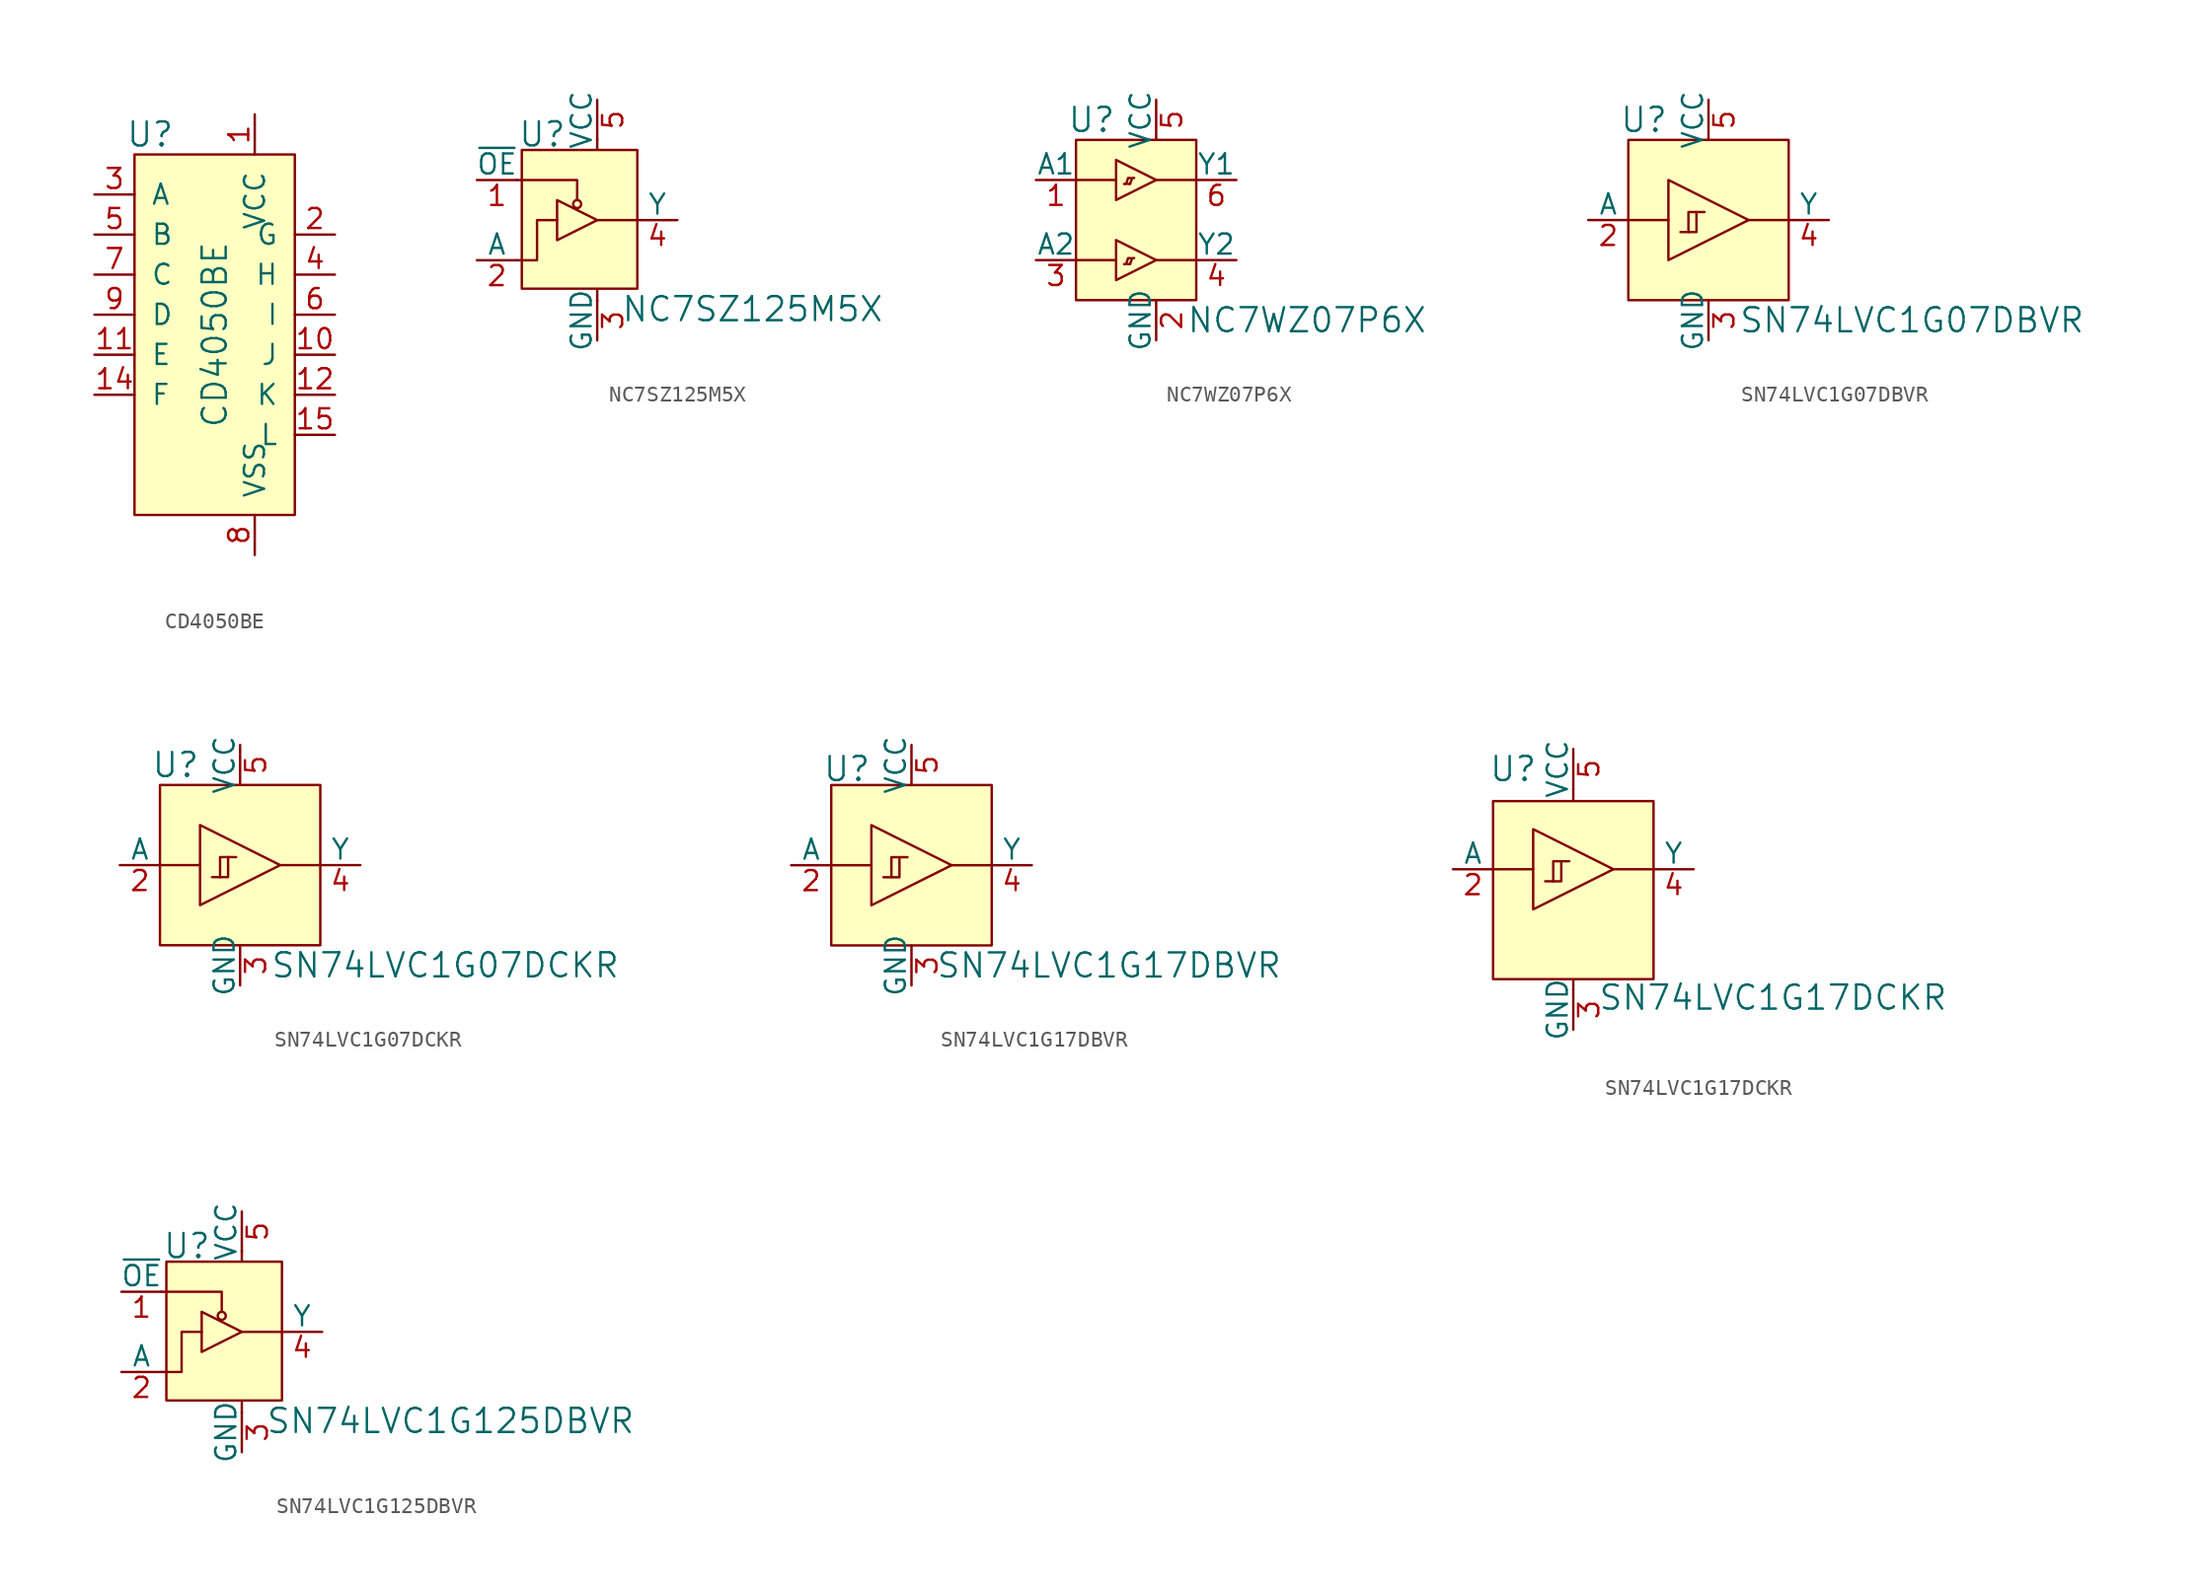
<source format=kicad_sym>
(kicad_symbol_lib
  (version 20220914)
  (generator kicad_symbol_editor)
  (symbol "CD4050BE"
    (pin_names
      (offset 1.016))
    (property "Reference" "U"
      (at -5.08 6.35 0)
      (effects (font (size 1.524 1.524)) (justify right)))
    (property "Value" "CD4050BE"
      (at -2.54 -6.35 90)
      (effects (font (size 1.524 1.524))))
    (symbol "CD4050BE_0_1"
      (rectangle (start -7.62 5.08) (end 2.54 -17.78) (stroke (width 0) (type solid)) (fill (type background))))
    (symbol "CD4050BE_1_1"
      (pin power_in line (at 0 7.62 270) (length 2.54) (name "VCC" (effects (font (size 1.27 1.27)))) (number "1" (effects (font (size 1.27 1.27)))))
      (pin output line (at 5.08 -7.62 180) (length 2.54) (name "J" (effects (font (size 1.27 1.27)))) (number "10" (effects (font (size 1.27 1.27)))))
      (pin input line (at -10.16 -7.62 0) (length 2.54) (name "E" (effects (font (size 1.27 1.27)))) (number "11" (effects (font (size 1.27 1.27)))))
      (pin output line (at 5.08 -10.16 180) (length 2.54) (name "K" (effects (font (size 1.27 1.27)))) (number "12" (effects (font (size 1.27 1.27)))))
      (pin no_connect line (at -10.16 -12.7 0) (length 2.54) hide (name "NC" (effects (font (size 1.27 1.27)))) (number "13" (effects (font (size 1.27 1.27)))))
      (pin input line (at -10.16 -10.16 0) (length 2.54) (name "F" (effects (font (size 1.27 1.27)))) (number "14" (effects (font (size 1.27 1.27)))))
      (pin output line (at 5.08 -12.7 180) (length 2.54) (name "L" (effects (font (size 1.27 1.27)))) (number "15" (effects (font (size 1.27 1.27)))))
      (pin no_connect line (at -10.16 -15.24 0) (length 2.54) hide (name "NC" (effects (font (size 1.27 1.27)))) (number "16" (effects (font (size 1.27 1.27)))))
      (pin output line (at 5.08 0 180) (length 2.54) (name "G" (effects (font (size 1.27 1.27)))) (number "2" (effects (font (size 1.27 1.27)))))
      (pin input line (at -10.16 2.54 0) (length 2.54) (name "A" (effects (font (size 1.27 1.27)))) (number "3" (effects (font (size 1.27 1.27)))))
      (pin output line (at 5.08 -2.54 180) (length 2.54) (name "H" (effects (font (size 1.27 1.27)))) (number "4" (effects (font (size 1.27 1.27)))))
      (pin input line (at -10.16 0 0) (length 2.54) (name "B" (effects (font (size 1.27 1.27)))) (number "5" (effects (font (size 1.27 1.27)))))
      (pin output line (at 5.08 -5.08 180) (length 2.54) (name "I" (effects (font (size 1.27 1.27)))) (number "6" (effects (font (size 1.27 1.27)))))
      (pin input line (at -10.16 -2.54 0) (length 2.54) (name "C" (effects (font (size 1.27 1.27)))) (number "7" (effects (font (size 1.27 1.27)))))
      (pin power_in line (at 0 -20.32 90) (length 2.54) (name "VSS" (effects (font (size 1.27 1.27)))) (number "8" (effects (font (size 1.27 1.27)))))
      (pin input line (at -10.16 -5.08 0) (length 2.54) (name "D" (effects (font (size 1.27 1.27)))) (number "9" (effects (font (size 1.27 1.27)))))))
  (symbol "NC7SZ125M5X"
    (pin_names
      (offset 0))
    (property "Reference" "U"
      (at -5.029 5.436 0)
      (effects (font (size 1.524 1.524)) (justify left)))
    (property "Value" "NC7SZ125M5X"
      (at 1.499 -5.639 0)
      (effects (font (size 1.524 1.524)) (justify left)))
    (symbol "NC7SZ125M5X_0_1"
      (rectangle (start -4.775 4.445) (end 2.54 -4.343) (stroke (width 0) (type solid)) (fill (type background)))
      (circle (center -1.27 1.016) (radius 0.254) (stroke (width 0) (type solid)) (fill (type none)))
      (polyline (pts (xy 0 -5.131) (xy 0 -4.369)) (stroke (width 0) (type solid)) (fill (type none)))
      (polyline (pts (xy 0 0) (xy 2.54 0)) (stroke (width 0) (type solid)) (fill (type none)))
      (polyline (pts (xy 0 5.156) (xy 0 4.47)) (stroke (width 0) (type solid)) (fill (type none)))
      (polyline (pts (xy -1.27 1.27) (xy -1.27 2.54) (xy -5.08 2.54)) (stroke (width 0) (type solid)) (fill (type none)))
      (polyline (pts (xy -5.08 -2.54) (xy -3.81 -2.54) (xy -3.81 0) (xy -2.54 0)) (stroke (width 0) (type solid)) (fill (type none)))
      (polyline (pts (xy -2.54 1.27) (xy -2.54 -1.27) (xy 0 0) (xy -2.54 1.27)) (stroke (width 0) (type solid)) (fill (type none))))
    (symbol "NC7SZ125M5X_1_1"
      (pin input line (at -7.62 2.54 0) (length 2.54) (name "~{OE}" (effects (font (size 1.27 1.27)))) (number "1" (effects (font (size 1.27 1.27)))))
      (pin input line (at -7.62 -2.54 0) (length 2.54) (name "A" (effects (font (size 1.27 1.27)))) (number "2" (effects (font (size 1.27 1.27)))))
      (pin power_in line (at 0 -7.62 90) (length 2.54) (name "GND" (effects (font (size 1.27 1.27)))) (number "3" (effects (font (size 1.27 1.27)))))
      (pin output line (at 5.08 0 180) (length 2.54) (name "Y" (effects (font (size 1.27 1.27)))) (number "4" (effects (font (size 1.27 1.27)))))
      (pin power_in line (at 0 7.62 270) (length 2.54) (name "VCC" (effects (font (size 1.27 1.27)))) (number "5" (effects (font (size 1.27 1.27)))))))
  (symbol "NC7WZ07P6X"
    (pin_names
      (offset 0))
    (property "Reference" "U"
      (at -2.54 3.81 0)
      (effects (font (size 1.524 1.524)) (justify right)))
    (property "Value" "NC7WZ07P6X"
      (at 1.905 -8.89 0)
      (effects (font (size 1.524 1.524)) (justify left)))
    (symbol "NC7WZ07P6X_0_1"
      (rectangle (start -5.08 2.54) (end 2.54 -7.62) (stroke (width 0) (type solid)) (fill (type background)))
      (polyline (pts (xy -5.08 -5.08) (xy -2.54 -5.08)) (stroke (width 0) (type solid)) (fill (type none)))
      (polyline (pts (xy -2.54 0) (xy -5.08 0)) (stroke (width 0) (type solid)) (fill (type none)))
      (polyline (pts (xy 0 -5.08) (xy 2.54 -5.08)) (stroke (width 0) (type solid)) (fill (type none)))
      (polyline (pts (xy 2.54 0) (xy 0 0)) (stroke (width 0) (type solid)) (fill (type none)))
      (polyline (pts (xy -2.54 -3.81) (xy -2.54 -6.35) (xy 0 -5.08) (xy -2.54 -3.81)) (stroke (width 0) (type solid)) (fill (type none)))
      (polyline (pts (xy -2.54 1.27) (xy -2.54 -1.27) (xy 0 0) (xy -2.54 1.27)) (stroke (width 0) (type solid)) (fill (type none)))
      (polyline (pts (xy -1.651 -4.953) (xy -1.778 -4.953) (xy -1.905 -5.334) (xy -2.032 -5.334)) (stroke (width 0) (type solid)) (fill (type none)))
      (polyline (pts (xy -1.651 0.127) (xy -1.778 0.127) (xy -1.905 -0.254) (xy -2.032 -0.254)) (stroke (width 0) (type solid)) (fill (type none)))
      (polyline (pts (xy -1.397 -4.953) (xy -1.524 -4.953) (xy -1.651 -5.334) (xy -1.778 -5.334)) (stroke (width 0) (type solid)) (fill (type none)))
      (polyline (pts (xy -1.397 0.127) (xy -1.524 0.127) (xy -1.651 -0.254) (xy -1.778 -0.254)) (stroke (width 0) (type solid)) (fill (type none))))
    (symbol "NC7WZ07P6X_1_1"
      (pin input line (at -7.62 0 0) (length 2.54) (name "A1" (effects (font (size 1.27 1.27)))) (number "1" (effects (font (size 1.27 1.27)))))
      (pin power_in line (at 0 -10.16 90) (length 2.54) (name "GND" (effects (font (size 1.27 1.27)))) (number "2" (effects (font (size 1.27 1.27)))))
      (pin input line (at -7.62 -5.08 0) (length 2.54) (name "A2" (effects (font (size 1.27 1.27)))) (number "3" (effects (font (size 1.27 1.27)))))
      (pin output line (at 5.08 -5.08 180) (length 2.54) (name "Y2" (effects (font (size 1.27 1.27)))) (number "4" (effects (font (size 1.27 1.27)))))
      (pin power_in line (at 0 5.08 270) (length 2.54) (name "VCC" (effects (font (size 1.27 1.27)))) (number "5" (effects (font (size 1.27 1.27)))))
      (pin output line (at 5.08 0 180) (length 2.54) (name "Y1" (effects (font (size 1.27 1.27)))) (number "6" (effects (font (size 1.27 1.27)))))))
  (symbol "SN74LVC1G07DBVR"
    (pin_names
      (offset 0))
    (property "Reference" "U"
      (at -2.54 6.35 0)
      (effects (font (size 1.524 1.524)) (justify right)))
    (property "Value" "SN74LVC1G07DBVR"
      (at 1.905 -6.35 0)
      (effects (font (size 1.524 1.524)) (justify left)))
    (symbol "SN74LVC1G07DBVR_0_1"
      (rectangle (start -5.08 5.08) (end 5.08 -5.08) (stroke (width 0) (type solid)) (fill (type background)))
      (polyline (pts (xy -2.54 0) (xy -5.08 0)) (stroke (width 0) (type solid)) (fill (type none)))
      (polyline (pts (xy 2.54 0) (xy 5.08 0)) (stroke (width 0) (type solid)) (fill (type background)))
      (polyline (pts (xy -2.54 2.54) (xy -2.54 -2.54) (xy 2.54 0) (xy -2.54 2.54)) (stroke (width 0) (type solid)) (fill (type background)))
      (polyline (pts (xy -1.778 -0.762) (xy -1.27 -0.762) (xy -1.27 0.508) (xy -0.762 0.508)) (stroke (width 0) (type solid)) (fill (type none)))
      (polyline (pts (xy -0.254 0.508) (xy -0.762 0.508) (xy -0.762 -0.762) (xy -1.27 -0.762)) (stroke (width 0) (type solid)) (fill (type none))))
    (symbol "SN74LVC1G07DBVR_1_1"
      (pin no_connect line (at -7.62 -5.08 0) (length 2.54) hide (name "NC" (effects (font (size 1.27 1.27)))) (number "1" (effects (font (size 1.27 1.27)))))
      (pin input line (at -7.62 0 0) (length 2.54) (name "A" (effects (font (size 1.27 1.27)))) (number "2" (effects (font (size 1.27 1.27)))))
      (pin power_in line (at 0 -7.62 90) (length 2.54) (name "GND" (effects (font (size 1.27 1.27)))) (number "3" (effects (font (size 1.27 1.27)))))
      (pin output line (at 7.62 0 180) (length 2.54) (name "Y" (effects (font (size 1.27 1.27)))) (number "4" (effects (font (size 1.27 1.27)))))
      (pin power_in line (at 0 7.62 270) (length 2.54) (name "VCC" (effects (font (size 1.27 1.27)))) (number "5" (effects (font (size 1.27 1.27)))))))
  (symbol "SN74LVC1G07DCKR"
    (pin_names
      (offset 0))
    (property "Reference" "U"
      (at -2.54 6.35 0)
      (effects (font (size 1.524 1.524)) (justify right)))
    (property "Value" "SN74LVC1G07DCKR"
      (at 1.905 -6.35 0)
      (effects (font (size 1.524 1.524)) (justify left)))
    (symbol "SN74LVC1G07DCKR_0_1"
      (rectangle (start -5.08 5.08) (end 5.08 -5.08) (stroke (width 0) (type solid)) (fill (type background)))
      (polyline (pts (xy -2.54 0) (xy -5.08 0)) (stroke (width 0) (type solid)) (fill (type none)))
      (polyline (pts (xy 2.54 0) (xy 5.08 0)) (stroke (width 0) (type solid)) (fill (type background)))
      (polyline (pts (xy -2.54 2.54) (xy -2.54 -2.54) (xy 2.54 0) (xy -2.54 2.54)) (stroke (width 0) (type solid)) (fill (type background)))
      (polyline (pts (xy -1.778 -0.762) (xy -1.27 -0.762) (xy -1.27 0.508) (xy -0.762 0.508)) (stroke (width 0) (type solid)) (fill (type none)))
      (polyline (pts (xy -0.254 0.508) (xy -0.762 0.508) (xy -0.762 -0.762) (xy -1.27 -0.762)) (stroke (width 0) (type solid)) (fill (type none))))
    (symbol "SN74LVC1G07DCKR_1_1"
      (pin no_connect line (at -7.62 -5.08 0) (length 2.54) hide (name "NC" (effects (font (size 1.27 1.27)))) (number "1" (effects (font (size 1.27 1.27)))))
      (pin input line (at -7.62 0 0) (length 2.54) (name "A" (effects (font (size 1.27 1.27)))) (number "2" (effects (font (size 1.27 1.27)))))
      (pin power_in line (at 0 -7.62 90) (length 2.54) (name "GND" (effects (font (size 1.27 1.27)))) (number "3" (effects (font (size 1.27 1.27)))))
      (pin output line (at 7.62 0 180) (length 2.54) (name "Y" (effects (font (size 1.27 1.27)))) (number "4" (effects (font (size 1.27 1.27)))))
      (pin power_in line (at 0 7.62 270) (length 2.54) (name "VCC" (effects (font (size 1.27 1.27)))) (number "5" (effects (font (size 1.27 1.27)))))))
  (symbol "SN74LVC1G17DBVR"
    (pin_names
      (offset 0))
    (property "Reference" "U"
      (at -2.54 6.096 0)
      (effects (font (size 1.524 1.524)) (justify right)))
    (property "Value" "SN74LVC1G17DBVR"
      (at 1.524 -6.35 0)
      (effects (font (size 1.524 1.524)) (justify left)))
    (symbol "SN74LVC1G17DBVR_0_1"
      (rectangle (start -5.08 5.08) (end 5.08 -5.08) (stroke (width 0) (type solid)) (fill (type background)))
      (polyline (pts (xy -2.54 0) (xy -5.08 0)) (stroke (width 0) (type solid)) (fill (type none)))
      (polyline (pts (xy 2.54 0) (xy 5.08 0)) (stroke (width 0) (type solid)) (fill (type background)))
      (polyline (pts (xy -2.54 2.54) (xy -2.54 -2.54) (xy 2.54 0) (xy -2.54 2.54)) (stroke (width 0) (type solid)) (fill (type background)))
      (polyline (pts (xy -1.778 -0.762) (xy -1.27 -0.762) (xy -1.27 0.508) (xy -0.762 0.508)) (stroke (width 0) (type solid)) (fill (type none)))
      (polyline (pts (xy -0.254 0.508) (xy -0.762 0.508) (xy -0.762 -0.762) (xy -1.27 -0.762)) (stroke (width 0) (type solid)) (fill (type none))))
    (symbol "SN74LVC1G17DBVR_1_1"
      (pin no_connect line (at -7.62 -5.08 0) (length 2.54) hide (name "NC" (effects (font (size 1.27 1.27)))) (number "1" (effects (font (size 1.27 1.27)))))
      (pin input line (at -7.62 0 0) (length 2.54) (name "A" (effects (font (size 1.27 1.27)))) (number "2" (effects (font (size 1.27 1.27)))))
      (pin power_in line (at 0 -7.62 90) (length 2.54) (name "GND" (effects (font (size 1.27 1.27)))) (number "3" (effects (font (size 1.27 1.27)))))
      (pin output line (at 7.62 0 180) (length 2.54) (name "Y" (effects (font (size 1.27 1.27)))) (number "4" (effects (font (size 1.27 1.27)))))
      (pin power_in line (at 0 7.62 270) (length 2.54) (name "VCC" (effects (font (size 1.27 1.27)))) (number "5" (effects (font (size 1.27 1.27)))))))
  (symbol "SN74LVC1G17DCKR"
    (pin_names
      (offset 0))
    (property "Reference" "U"
      (at -3.81 3.81 0)
      (effects (font (size 1.524 1.524))))
    (property "Value" "SN74LVC1G17DCKR"
      (at 1.549 -10.668 0)
      (effects (font (size 1.524 1.524)) (justify left)))
    (symbol "SN74LVC1G17DCKR_0_1"
      (rectangle (start -5.08 1.778) (end 5.08 -9.5) (stroke (width 0) (type solid)) (fill (type background)))
      (polyline (pts (xy -2.54 -2.54) (xy -5.08 -2.54)) (stroke (width 0) (type solid)) (fill (type none)))
      (polyline (pts (xy 0 -10.16) (xy 0 -9.525)) (stroke (width 0) (type solid)) (fill (type none)))
      (polyline (pts (xy 0 2.54) (xy 0 1.803)) (stroke (width 0) (type solid)) (fill (type none)))
      (polyline (pts (xy 2.54 -2.54) (xy 5.08 -2.54)) (stroke (width 0) (type solid)) (fill (type none)))
      (polyline (pts (xy -2.54 0) (xy -2.54 -5.08) (xy 2.54 -2.54) (xy -2.54 0)) (stroke (width 0) (type solid)) (fill (type background)))
      (polyline (pts (xy -0.762 -2.032) (xy -1.27 -2.032) (xy -1.27 -3.302) (xy -1.778 -3.302)) (stroke (width 0) (type solid)) (fill (type none)))
      (polyline (pts (xy -0.254 -2.032) (xy -0.762 -2.032) (xy -0.762 -3.302) (xy -1.27 -3.302)) (stroke (width 0) (type solid)) (fill (type none))))
    (symbol "SN74LVC1G17DCKR_1_1"
      (pin no_connect line (at -5.08 -7.62 0) (length 2.54) hide (name "NC" (effects (font (size 1.27 1.27)))) (number "1" (effects (font (size 1.27 1.27)))))
      (pin input line (at -7.62 -2.54 0) (length 2.54) (name "A" (effects (font (size 1.27 1.27)))) (number "2" (effects (font (size 1.27 1.27)))))
      (pin power_in line (at 0 -12.7 90) (length 2.54) (name "GND" (effects (font (size 1.27 1.27)))) (number "3" (effects (font (size 1.27 1.27)))))
      (pin output line (at 7.62 -2.54 180) (length 2.54) (name "Y" (effects (font (size 1.27 1.27)))) (number "4" (effects (font (size 1.27 1.27)))))
      (pin output line (at 0 5.08 270) (length 2.54) (name "VCC" (effects (font (size 1.27 1.27)))) (number "5" (effects (font (size 1.27 1.27)))))))
  (symbol "SN74LVC1G125DBVR"
    (pin_names
      (offset 0))
    (property "Reference" "U"
      (at -5.029 5.436 0)
      (effects (font (size 1.524 1.524)) (justify left)))
    (property "Value" "SN74LVC1G125DBVR"
      (at 1.499 -5.639 0)
      (effects (font (size 1.524 1.524)) (justify left)))
    (symbol "SN74LVC1G125DBVR_0_1"
      (rectangle (start -4.775 4.445) (end 2.54 -4.343) (stroke (width 0) (type solid)) (fill (type background)))
      (circle (center -1.27 1.016) (radius 0.254) (stroke (width 0) (type solid)) (fill (type none)))
      (polyline (pts (xy 0 -5.131) (xy 0 -4.369)) (stroke (width 0) (type solid)) (fill (type none)))
      (polyline (pts (xy 0 0) (xy 2.54 0)) (stroke (width 0) (type solid)) (fill (type none)))
      (polyline (pts (xy 0 5.156) (xy 0 4.47)) (stroke (width 0) (type solid)) (fill (type none)))
      (polyline (pts (xy -1.27 1.27) (xy -1.27 2.54) (xy -5.08 2.54)) (stroke (width 0) (type solid)) (fill (type none)))
      (polyline (pts (xy -5.08 -2.54) (xy -3.81 -2.54) (xy -3.81 0) (xy -2.54 0)) (stroke (width 0) (type solid)) (fill (type none)))
      (polyline (pts (xy -2.54 1.27) (xy -2.54 -1.27) (xy 0 0) (xy -2.54 1.27)) (stroke (width 0) (type solid)) (fill (type none))))
    (symbol "SN74LVC1G125DBVR_1_1"
      (pin input line (at -7.62 2.54 0) (length 2.54) (name "~{OE}" (effects (font (size 1.27 1.27)))) (number "1" (effects (font (size 1.27 1.27)))))
      (pin input line (at -7.62 -2.54 0) (length 2.54) (name "A" (effects (font (size 1.27 1.27)))) (number "2" (effects (font (size 1.27 1.27)))))
      (pin power_in line (at 0 -7.62 90) (length 2.54) (name "GND" (effects (font (size 1.27 1.27)))) (number "3" (effects (font (size 1.27 1.27)))))
      (pin output line (at 5.08 0 180) (length 2.54) (name "Y" (effects (font (size 1.27 1.27)))) (number "4" (effects (font (size 1.27 1.27)))))
      (pin power_in line (at 0 7.62 270) (length 2.54) (name "VCC" (effects (font (size 1.27 1.27)))) (number "5" (effects (font (size 1.27 1.27))))))))
</source>
